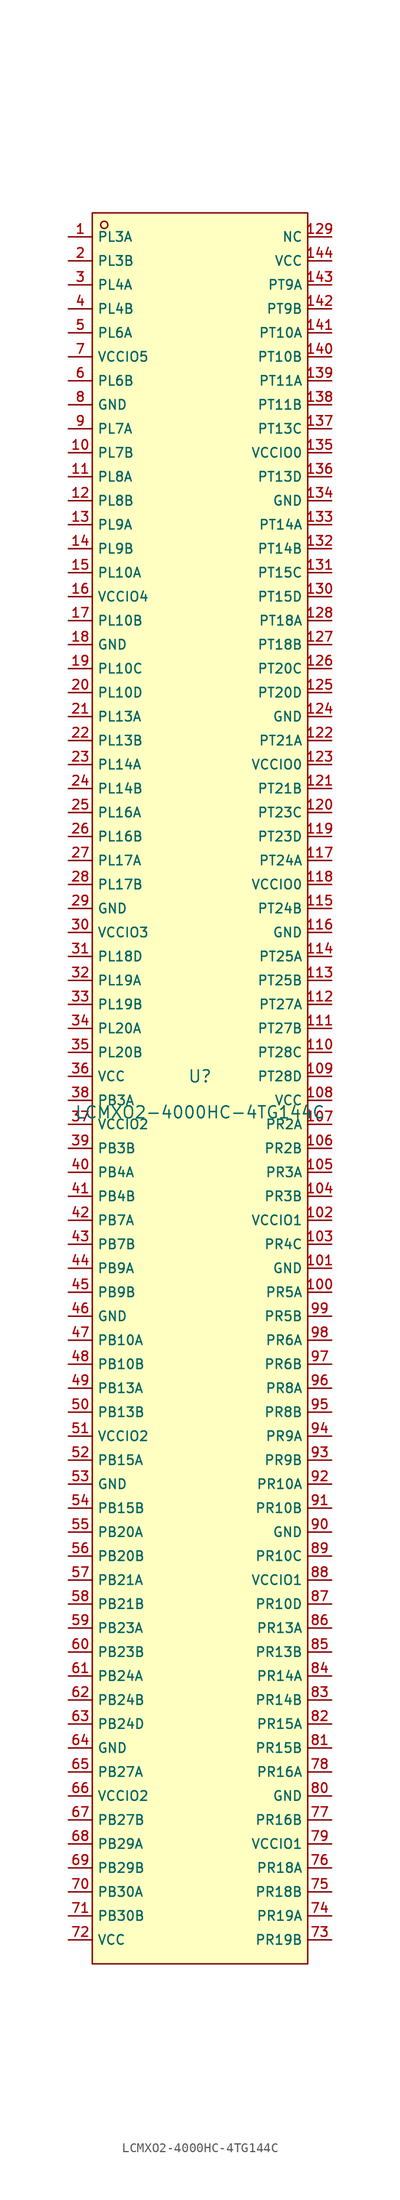
<source format=kicad_sym>
(kicad_symbol_lib
  (version 20231120)
  (generator "kicad_symbol_editor")
  (generator_version "8.0")
  (symbol "LCMXO2-4000HC-4TG144C"
    (property "Reference" "U"
      (at 0 1.27 0)
      (effects (font (size 1.27 1.27))))
    (property "Value" "LCMXO2-4000HC-4TG144C"
      (at 0 -2.54 0)
      (effects (font (size 1.27 1.27))))
    (symbol "LCMXO2-4000HC-4TG144C_0_1"
      (rectangle (start -11.43 92.71) (end 11.43 -92.71) (stroke (width 0) (type default)) (fill (type background)))
      (circle (center -10.16 91.44) (radius 0.381) (stroke (width 0) (type default)) (fill (type background)))
      (pin unspecified line (at -13.97 90.17 0) (length 2.54) (name "PL3A" (effects (font (size 1 1)))) (number "1" (effects (font (size 1 1)))))
      (pin unspecified line (at -13.97 67.31 0) (length 2.54) (name "PL7B" (effects (font (size 1 1)))) (number "10" (effects (font (size 1 1)))))
      (pin unspecified line (at 13.97 -21.59 180) (length 2.54) (name "PR5A" (effects (font (size 1 1)))) (number "100" (effects (font (size 1 1)))))
      (pin unspecified line (at 13.97 -19.05 180) (length 2.54) (name "GND" (effects (font (size 1 1)))) (number "101" (effects (font (size 1 1)))))
      (pin unspecified line (at 13.97 -13.97 180) (length 2.54) (name "VCCIO1" (effects (font (size 1 1)))) (number "102" (effects (font (size 1 1)))))
      (pin unspecified line (at 13.97 -16.51 180) (length 2.54) (name "PR4C" (effects (font (size 1 1)))) (number "103" (effects (font (size 1 1)))))
      (pin unspecified line (at 13.97 -11.43 180) (length 2.54) (name "PR3B" (effects (font (size 1 1)))) (number "104" (effects (font (size 1 1)))))
      (pin unspecified line (at 13.97 -8.89 180) (length 2.54) (name "PR3A" (effects (font (size 1 1)))) (number "105" (effects (font (size 1 1)))))
      (pin unspecified line (at 13.97 -6.35 180) (length 2.54) (name "PR2B" (effects (font (size 1 1)))) (number "106" (effects (font (size 1 1)))))
      (pin unspecified line (at 13.97 -3.81 180) (length 2.54) (name "PR2A" (effects (font (size 1 1)))) (number "107" (effects (font (size 1 1)))))
      (pin unspecified line (at 13.97 -1.27 180) (length 2.54) (name "VCC" (effects (font (size 1 1)))) (number "108" (effects (font (size 1 1)))))
      (pin unspecified line (at 13.97 1.27 180) (length 2.54) (name "PT28D" (effects (font (size 1 1)))) (number "109" (effects (font (size 1 1)))))
      (pin unspecified line (at -13.97 64.77 0) (length 2.54) (name "PL8A" (effects (font (size 1 1)))) (number "11" (effects (font (size 1 1)))))
      (pin unspecified line (at 13.97 3.81 180) (length 2.54) (name "PT28C" (effects (font (size 1 1)))) (number "110" (effects (font (size 1 1)))))
      (pin unspecified line (at 13.97 6.35 180) (length 2.54) (name "PT27B" (effects (font (size 1 1)))) (number "111" (effects (font (size 1 1)))))
      (pin unspecified line (at 13.97 8.89 180) (length 2.54) (name "PT27A" (effects (font (size 1 1)))) (number "112" (effects (font (size 1 1)))))
      (pin unspecified line (at 13.97 11.43 180) (length 2.54) (name "PT25B" (effects (font (size 1 1)))) (number "113" (effects (font (size 1 1)))))
      (pin unspecified line (at 13.97 13.97 180) (length 2.54) (name "PT25A" (effects (font (size 1 1)))) (number "114" (effects (font (size 1 1)))))
      (pin unspecified line (at 13.97 19.05 180) (length 2.54) (name "PT24B" (effects (font (size 1 1)))) (number "115" (effects (font (size 1 1)))))
      (pin unspecified line (at 13.97 16.51 180) (length 2.54) (name "GND" (effects (font (size 1 1)))) (number "116" (effects (font (size 1 1)))))
      (pin unspecified line (at 13.97 24.13 180) (length 2.54) (name "PT24A" (effects (font (size 1 1)))) (number "117" (effects (font (size 1 1)))))
      (pin unspecified line (at 13.97 21.59 180) (length 2.54) (name "VCCIO0" (effects (font (size 1 1)))) (number "118" (effects (font (size 1 1)))))
      (pin unspecified line (at 13.97 26.67 180) (length 2.54) (name "PT23D" (effects (font (size 1 1)))) (number "119" (effects (font (size 1 1)))))
      (pin unspecified line (at -13.97 62.23 0) (length 2.54) (name "PL8B" (effects (font (size 1 1)))) (number "12" (effects (font (size 1 1)))))
      (pin unspecified line (at 13.97 29.21 180) (length 2.54) (name "PT23C" (effects (font (size 1 1)))) (number "120" (effects (font (size 1 1)))))
      (pin unspecified line (at 13.97 31.75 180) (length 2.54) (name "PT21B" (effects (font (size 1 1)))) (number "121" (effects (font (size 1 1)))))
      (pin unspecified line (at 13.97 36.83 180) (length 2.54) (name "PT21A" (effects (font (size 1 1)))) (number "122" (effects (font (size 1 1)))))
      (pin unspecified line (at 13.97 34.29 180) (length 2.54) (name "VCCIO0" (effects (font (size 1 1)))) (number "123" (effects (font (size 1 1)))))
      (pin unspecified line (at 13.97 39.37 180) (length 2.54) (name "GND" (effects (font (size 1 1)))) (number "124" (effects (font (size 1 1)))))
      (pin unspecified line (at 13.97 41.91 180) (length 2.54) (name "PT20D" (effects (font (size 1 1)))) (number "125" (effects (font (size 1 1)))))
      (pin unspecified line (at 13.97 44.45 180) (length 2.54) (name "PT20C" (effects (font (size 1 1)))) (number "126" (effects (font (size 1 1)))))
      (pin unspecified line (at 13.97 46.99 180) (length 2.54) (name "PT18B" (effects (font (size 1 1)))) (number "127" (effects (font (size 1 1)))))
      (pin unspecified line (at 13.97 49.53 180) (length 2.54) (name "PT18A" (effects (font (size 1 1)))) (number "128" (effects (font (size 1 1)))))
      (pin unspecified line (at 13.97 90.17 180) (length 2.54) (name "NC" (effects (font (size 1 1)))) (number "129" (effects (font (size 1 1)))))
      (pin unspecified line (at -13.97 59.69 0) (length 2.54) (name "PL9A" (effects (font (size 1 1)))) (number "13" (effects (font (size 1 1)))))
      (pin unspecified line (at 13.97 52.07 180) (length 2.54) (name "PT15D" (effects (font (size 1 1)))) (number "130" (effects (font (size 1 1)))))
      (pin unspecified line (at 13.97 54.61 180) (length 2.54) (name "PT15C" (effects (font (size 1 1)))) (number "131" (effects (font (size 1 1)))))
      (pin unspecified line (at 13.97 57.15 180) (length 2.54) (name "PT14B" (effects (font (size 1 1)))) (number "132" (effects (font (size 1 1)))))
      (pin unspecified line (at 13.97 59.69 180) (length 2.54) (name "PT14A" (effects (font (size 1 1)))) (number "133" (effects (font (size 1 1)))))
      (pin unspecified line (at 13.97 62.23 180) (length 2.54) (name "GND" (effects (font (size 1 1)))) (number "134" (effects (font (size 1 1)))))
      (pin unspecified line (at 13.97 67.31 180) (length 2.54) (name "VCCIO0" (effects (font (size 1 1)))) (number "135" (effects (font (size 1 1)))))
      (pin unspecified line (at 13.97 64.77 180) (length 2.54) (name "PT13D" (effects (font (size 1 1)))) (number "136" (effects (font (size 1 1)))))
      (pin unspecified line (at 13.97 69.85 180) (length 2.54) (name "PT13C" (effects (font (size 1 1)))) (number "137" (effects (font (size 1 1)))))
      (pin unspecified line (at 13.97 72.39 180) (length 2.54) (name "PT11B" (effects (font (size 1 1)))) (number "138" (effects (font (size 1 1)))))
      (pin unspecified line (at 13.97 74.93 180) (length 2.54) (name "PT11A" (effects (font (size 1 1)))) (number "139" (effects (font (size 1 1)))))
      (pin unspecified line (at -13.97 57.15 0) (length 2.54) (name "PL9B" (effects (font (size 1 1)))) (number "14" (effects (font (size 1 1)))))
      (pin unspecified line (at 13.97 77.47 180) (length 2.54) (name "PT10B" (effects (font (size 1 1)))) (number "140" (effects (font (size 1 1)))))
      (pin unspecified line (at 13.97 80.01 180) (length 2.54) (name "PT10A" (effects (font (size 1 1)))) (number "141" (effects (font (size 1 1)))))
      (pin unspecified line (at 13.97 82.55 180) (length 2.54) (name "PT9B" (effects (font (size 1 1)))) (number "142" (effects (font (size 1 1)))))
      (pin unspecified line (at 13.97 85.09 180) (length 2.54) (name "PT9A" (effects (font (size 1 1)))) (number "143" (effects (font (size 1 1)))))
      (pin unspecified line (at 13.97 87.63 180) (length 2.54) (name "VCC" (effects (font (size 1 1)))) (number "144" (effects (font (size 1 1)))))
      (pin unspecified line (at -13.97 54.61 0) (length 2.54) (name "PL10A" (effects (font (size 1 1)))) (number "15" (effects (font (size 1 1)))))
      (pin unspecified line (at -13.97 52.07 0) (length 2.54) (name "VCCIO4" (effects (font (size 1 1)))) (number "16" (effects (font (size 1 1)))))
      (pin unspecified line (at -13.97 49.53 0) (length 2.54) (name "PL10B" (effects (font (size 1 1)))) (number "17" (effects (font (size 1 1)))))
      (pin unspecified line (at -13.97 46.99 0) (length 2.54) (name "GND" (effects (font (size 1 1)))) (number "18" (effects (font (size 1 1)))))
      (pin unspecified line (at -13.97 44.45 0) (length 2.54) (name "PL10C" (effects (font (size 1 1)))) (number "19" (effects (font (size 1 1)))))
      (pin unspecified line (at -13.97 87.63 0) (length 2.54) (name "PL3B" (effects (font (size 1 1)))) (number "2" (effects (font (size 1 1)))))
      (pin unspecified line (at -13.97 41.91 0) (length 2.54) (name "PL10D" (effects (font (size 1 1)))) (number "20" (effects (font (size 1 1)))))
      (pin unspecified line (at -13.97 39.37 0) (length 2.54) (name "PL13A" (effects (font (size 1 1)))) (number "21" (effects (font (size 1 1)))))
      (pin unspecified line (at -13.97 36.83 0) (length 2.54) (name "PL13B" (effects (font (size 1 1)))) (number "22" (effects (font (size 1 1)))))
      (pin unspecified line (at -13.97 34.29 0) (length 2.54) (name "PL14A" (effects (font (size 1 1)))) (number "23" (effects (font (size 1 1)))))
      (pin unspecified line (at -13.97 31.75 0) (length 2.54) (name "PL14B" (effects (font (size 1 1)))) (number "24" (effects (font (size 1 1)))))
      (pin unspecified line (at -13.97 29.21 0) (length 2.54) (name "PL16A" (effects (font (size 1 1)))) (number "25" (effects (font (size 1 1)))))
      (pin unspecified line (at -13.97 26.67 0) (length 2.54) (name "PL16B" (effects (font (size 1 1)))) (number "26" (effects (font (size 1 1)))))
      (pin unspecified line (at -13.97 24.13 0) (length 2.54) (name "PL17A" (effects (font (size 1 1)))) (number "27" (effects (font (size 1 1)))))
      (pin unspecified line (at -13.97 21.59 0) (length 2.54) (name "PL17B" (effects (font (size 1 1)))) (number "28" (effects (font (size 1 1)))))
      (pin unspecified line (at -13.97 19.05 0) (length 2.54) (name "GND" (effects (font (size 1 1)))) (number "29" (effects (font (size 1 1)))))
      (pin unspecified line (at -13.97 85.09 0) (length 2.54) (name "PL4A" (effects (font (size 1 1)))) (number "3" (effects (font (size 1 1)))))
      (pin unspecified line (at -13.97 16.51 0) (length 2.54) (name "VCCIO3" (effects (font (size 1 1)))) (number "30" (effects (font (size 1 1)))))
      (pin unspecified line (at -13.97 13.97 0) (length 2.54) (name "PL18D" (effects (font (size 1 1)))) (number "31" (effects (font (size 1 1)))))
      (pin unspecified line (at -13.97 11.43 0) (length 2.54) (name "PL19A" (effects (font (size 1 1)))) (number "32" (effects (font (size 1 1)))))
      (pin unspecified line (at -13.97 8.89 0) (length 2.54) (name "PL19B" (effects (font (size 1 1)))) (number "33" (effects (font (size 1 1)))))
      (pin unspecified line (at -13.97 6.35 0) (length 2.54) (name "PL20A" (effects (font (size 1 1)))) (number "34" (effects (font (size 1 1)))))
      (pin unspecified line (at -13.97 3.81 0) (length 2.54) (name "PL20B" (effects (font (size 1 1)))) (number "35" (effects (font (size 1 1)))))
      (pin unspecified line (at -13.97 1.27 0) (length 2.54) (name "VCC" (effects (font (size 1 1)))) (number "36" (effects (font (size 1 1)))))
      (pin unspecified line (at -13.97 -3.81 0) (length 2.54) (name "VCCIO2" (effects (font (size 1 1)))) (number "37" (effects (font (size 1 1)))))
      (pin unspecified line (at -13.97 -1.27 0) (length 2.54) (name "PB3A" (effects (font (size 1 1)))) (number "38" (effects (font (size 1 1)))))
      (pin unspecified line (at -13.97 -6.35 0) (length 2.54) (name "PB3B" (effects (font (size 1 1)))) (number "39" (effects (font (size 1 1)))))
      (pin unspecified line (at -13.97 82.55 0) (length 2.54) (name "PL4B" (effects (font (size 1 1)))) (number "4" (effects (font (size 1 1)))))
      (pin unspecified line (at -13.97 -8.89 0) (length 2.54) (name "PB4A" (effects (font (size 1 1)))) (number "40" (effects (font (size 1 1)))))
      (pin unspecified line (at -13.97 -11.43 0) (length 2.54) (name "PB4B" (effects (font (size 1 1)))) (number "41" (effects (font (size 1 1)))))
      (pin unspecified line (at -13.97 -13.97 0) (length 2.54) (name "PB7A" (effects (font (size 1 1)))) (number "42" (effects (font (size 1 1)))))
      (pin unspecified line (at -13.97 -16.51 0) (length 2.54) (name "PB7B" (effects (font (size 1 1)))) (number "43" (effects (font (size 1 1)))))
      (pin unspecified line (at -13.97 -19.05 0) (length 2.54) (name "PB9A" (effects (font (size 1 1)))) (number "44" (effects (font (size 1 1)))))
      (pin unspecified line (at -13.97 -21.59 0) (length 2.54) (name "PB9B" (effects (font (size 1 1)))) (number "45" (effects (font (size 1 1)))))
      (pin unspecified line (at -13.97 -24.13 0) (length 2.54) (name "GND" (effects (font (size 1 1)))) (number "46" (effects (font (size 1 1)))))
      (pin unspecified line (at -13.97 -26.67 0) (length 2.54) (name "PB10A" (effects (font (size 1 1)))) (number "47" (effects (font (size 1 1)))))
      (pin unspecified line (at -13.97 -29.21 0) (length 2.54) (name "PB10B" (effects (font (size 1 1)))) (number "48" (effects (font (size 1 1)))))
      (pin unspecified line (at -13.97 -31.75 0) (length 2.54) (name "PB13A" (effects (font (size 1 1)))) (number "49" (effects (font (size 1 1)))))
      (pin unspecified line (at -13.97 80.01 0) (length 2.54) (name "PL6A" (effects (font (size 1 1)))) (number "5" (effects (font (size 1 1)))))
      (pin unspecified line (at -13.97 -34.29 0) (length 2.54) (name "PB13B" (effects (font (size 1 1)))) (number "50" (effects (font (size 1 1)))))
      (pin unspecified line (at -13.97 -36.83 0) (length 2.54) (name "VCCIO2" (effects (font (size 1 1)))) (number "51" (effects (font (size 1 1)))))
      (pin unspecified line (at -13.97 -39.37 0) (length 2.54) (name "PB15A" (effects (font (size 1 1)))) (number "52" (effects (font (size 1 1)))))
      (pin unspecified line (at -13.97 -41.91 0) (length 2.54) (name "GND" (effects (font (size 1 1)))) (number "53" (effects (font (size 1 1)))))
      (pin unspecified line (at -13.97 -44.45 0) (length 2.54) (name "PB15B" (effects (font (size 1 1)))) (number "54" (effects (font (size 1 1)))))
      (pin unspecified line (at -13.97 -46.99 0) (length 2.54) (name "PB20A" (effects (font (size 1 1)))) (number "55" (effects (font (size 1 1)))))
      (pin unspecified line (at -13.97 -49.53 0) (length 2.54) (name "PB20B" (effects (font (size 1 1)))) (number "56" (effects (font (size 1 1)))))
      (pin unspecified line (at -13.97 -52.07 0) (length 2.54) (name "PB21A" (effects (font (size 1 1)))) (number "57" (effects (font (size 1 1)))))
      (pin unspecified line (at -13.97 -54.61 0) (length 2.54) (name "PB21B" (effects (font (size 1 1)))) (number "58" (effects (font (size 1 1)))))
      (pin unspecified line (at -13.97 -57.15 0) (length 2.54) (name "PB23A" (effects (font (size 1 1)))) (number "59" (effects (font (size 1 1)))))
      (pin unspecified line (at -13.97 74.93 0) (length 2.54) (name "PL6B" (effects (font (size 1 1)))) (number "6" (effects (font (size 1 1)))))
      (pin unspecified line (at -13.97 -59.69 0) (length 2.54) (name "PB23B" (effects (font (size 1 1)))) (number "60" (effects (font (size 1 1)))))
      (pin unspecified line (at -13.97 -62.23 0) (length 2.54) (name "PB24A" (effects (font (size 1 1)))) (number "61" (effects (font (size 1 1)))))
      (pin unspecified line (at -13.97 -64.77 0) (length 2.54) (name "PB24B" (effects (font (size 1 1)))) (number "62" (effects (font (size 1 1)))))
      (pin unspecified line (at -13.97 -67.31 0) (length 2.54) (name "PB24D" (effects (font (size 1 1)))) (number "63" (effects (font (size 1 1)))))
      (pin unspecified line (at -13.97 -69.85 0) (length 2.54) (name "GND" (effects (font (size 1 1)))) (number "64" (effects (font (size 1 1)))))
      (pin unspecified line (at -13.97 -72.39 0) (length 2.54) (name "PB27A" (effects (font (size 1 1)))) (number "65" (effects (font (size 1 1)))))
      (pin unspecified line (at -13.97 -74.93 0) (length 2.54) (name "VCCIO2" (effects (font (size 1 1)))) (number "66" (effects (font (size 1 1)))))
      (pin unspecified line (at -13.97 -77.47 0) (length 2.54) (name "PB27B" (effects (font (size 1 1)))) (number "67" (effects (font (size 1 1)))))
      (pin unspecified line (at -13.97 -80.01 0) (length 2.54) (name "PB29A" (effects (font (size 1 1)))) (number "68" (effects (font (size 1 1)))))
      (pin unspecified line (at -13.97 -82.55 0) (length 2.54) (name "PB29B" (effects (font (size 1 1)))) (number "69" (effects (font (size 1 1)))))
      (pin unspecified line (at -13.97 77.47 0) (length 2.54) (name "VCCIO5" (effects (font (size 1 1)))) (number "7" (effects (font (size 1 1)))))
      (pin unspecified line (at -13.97 -85.09 0) (length 2.54) (name "PB30A" (effects (font (size 1 1)))) (number "70" (effects (font (size 1 1)))))
      (pin unspecified line (at -13.97 -87.63 0) (length 2.54) (name "PB30B" (effects (font (size 1 1)))) (number "71" (effects (font (size 1 1)))))
      (pin unspecified line (at -13.97 -90.17 0) (length 2.54) (name "VCC" (effects (font (size 1 1)))) (number "72" (effects (font (size 1 1)))))
      (pin unspecified line (at 13.97 -90.17 180) (length 2.54) (name "PR19B" (effects (font (size 1 1)))) (number "73" (effects (font (size 1 1)))))
      (pin unspecified line (at 13.97 -87.63 180) (length 2.54) (name "PR19A" (effects (font (size 1 1)))) (number "74" (effects (font (size 1 1)))))
      (pin unspecified line (at 13.97 -85.09 180) (length 2.54) (name "PR18B" (effects (font (size 1 1)))) (number "75" (effects (font (size 1 1)))))
      (pin unspecified line (at 13.97 -82.55 180) (length 2.54) (name "PR18A" (effects (font (size 1 1)))) (number "76" (effects (font (size 1 1)))))
      (pin unspecified line (at 13.97 -77.47 180) (length 2.54) (name "PR16B" (effects (font (size 1 1)))) (number "77" (effects (font (size 1 1)))))
      (pin unspecified line (at 13.97 -72.39 180) (length 2.54) (name "PR16A" (effects (font (size 1 1)))) (number "78" (effects (font (size 1 1)))))
      (pin unspecified line (at 13.97 -80.01 180) (length 2.54) (name "VCCIO1" (effects (font (size 1 1)))) (number "79" (effects (font (size 1 1)))))
      (pin unspecified line (at -13.97 72.39 0) (length 2.54) (name "GND" (effects (font (size 1 1)))) (number "8" (effects (font (size 1 1)))))
      (pin unspecified line (at 13.97 -74.93 180) (length 2.54) (name "GND" (effects (font (size 1 1)))) (number "80" (effects (font (size 1 1)))))
      (pin unspecified line (at 13.97 -69.85 180) (length 2.54) (name "PR15B" (effects (font (size 1 1)))) (number "81" (effects (font (size 1 1)))))
      (pin unspecified line (at 13.97 -67.31 180) (length 2.54) (name "PR15A" (effects (font (size 1 1)))) (number "82" (effects (font (size 1 1)))))
      (pin unspecified line (at 13.97 -64.77 180) (length 2.54) (name "PR14B" (effects (font (size 1 1)))) (number "83" (effects (font (size 1 1)))))
      (pin unspecified line (at 13.97 -62.23 180) (length 2.54) (name "PR14A" (effects (font (size 1 1)))) (number "84" (effects (font (size 1 1)))))
      (pin unspecified line (at 13.97 -59.69 180) (length 2.54) (name "PR13B" (effects (font (size 1 1)))) (number "85" (effects (font (size 1 1)))))
      (pin unspecified line (at 13.97 -57.15 180) (length 2.54) (name "PR13A" (effects (font (size 1 1)))) (number "86" (effects (font (size 1 1)))))
      (pin unspecified line (at 13.97 -54.61 180) (length 2.54) (name "PR10D" (effects (font (size 1 1)))) (number "87" (effects (font (size 1 1)))))
      (pin unspecified line (at 13.97 -52.07 180) (length 2.54) (name "VCCIO1" (effects (font (size 1 1)))) (number "88" (effects (font (size 1 1)))))
      (pin unspecified line (at 13.97 -49.53 180) (length 2.54) (name "PR10C" (effects (font (size 1 1)))) (number "89" (effects (font (size 1 1)))))
      (pin unspecified line (at -13.97 69.85 0) (length 2.54) (name "PL7A" (effects (font (size 1 1)))) (number "9" (effects (font (size 1 1)))))
      (pin unspecified line (at 13.97 -46.99 180) (length 2.54) (name "GND" (effects (font (size 1 1)))) (number "90" (effects (font (size 1 1)))))
      (pin unspecified line (at 13.97 -44.45 180) (length 2.54) (name "PR10B" (effects (font (size 1 1)))) (number "91" (effects (font (size 1 1)))))
      (pin unspecified line (at 13.97 -41.91 180) (length 2.54) (name "PR10A" (effects (font (size 1 1)))) (number "92" (effects (font (size 1 1)))))
      (pin unspecified line (at 13.97 -39.37 180) (length 2.54) (name "PR9B" (effects (font (size 1 1)))) (number "93" (effects (font (size 1 1)))))
      (pin unspecified line (at 13.97 -36.83 180) (length 2.54) (name "PR9A" (effects (font (size 1 1)))) (number "94" (effects (font (size 1 1)))))
      (pin unspecified line (at 13.97 -34.29 180) (length 2.54) (name "PR8B" (effects (font (size 1 1)))) (number "95" (effects (font (size 1 1)))))
      (pin unspecified line (at 13.97 -31.75 180) (length 2.54) (name "PR8A" (effects (font (size 1 1)))) (number "96" (effects (font (size 1 1)))))
      (pin unspecified line (at 13.97 -29.21 180) (length 2.54) (name "PR6B" (effects (font (size 1 1)))) (number "97" (effects (font (size 1 1)))))
      (pin unspecified line (at 13.97 -26.67 180) (length 2.54) (name "PR6A" (effects (font (size 1 1)))) (number "98" (effects (font (size 1 1)))))
      (pin unspecified line (at 13.97 -24.13 180) (length 2.54) (name "PR5B" (effects (font (size 1 1)))) (number "99" (effects (font (size 1 1))))))))
</source>
